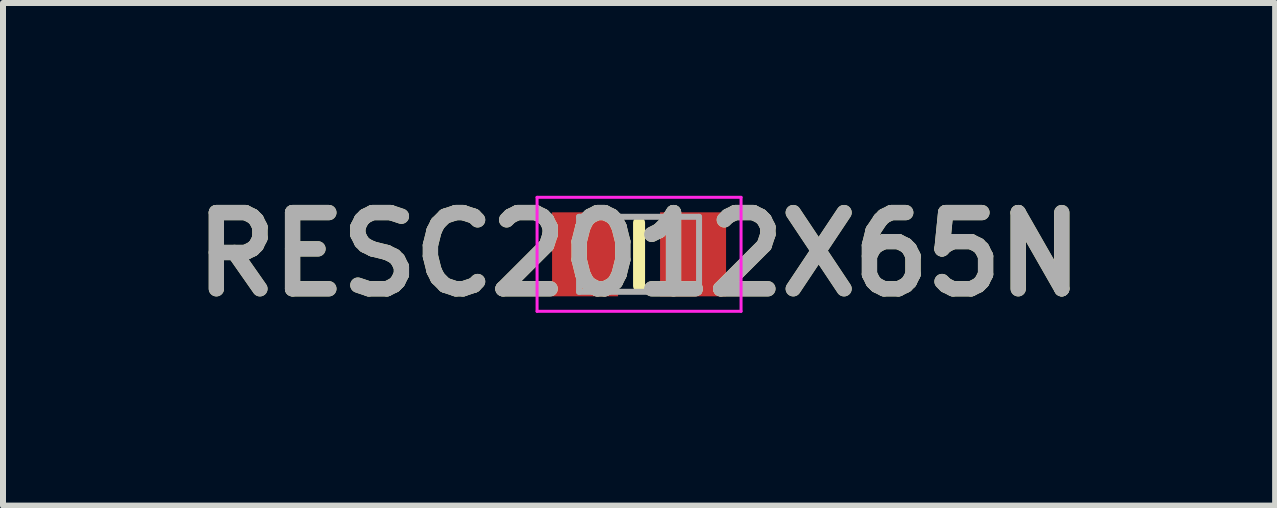
<source format=kicad_pcb>
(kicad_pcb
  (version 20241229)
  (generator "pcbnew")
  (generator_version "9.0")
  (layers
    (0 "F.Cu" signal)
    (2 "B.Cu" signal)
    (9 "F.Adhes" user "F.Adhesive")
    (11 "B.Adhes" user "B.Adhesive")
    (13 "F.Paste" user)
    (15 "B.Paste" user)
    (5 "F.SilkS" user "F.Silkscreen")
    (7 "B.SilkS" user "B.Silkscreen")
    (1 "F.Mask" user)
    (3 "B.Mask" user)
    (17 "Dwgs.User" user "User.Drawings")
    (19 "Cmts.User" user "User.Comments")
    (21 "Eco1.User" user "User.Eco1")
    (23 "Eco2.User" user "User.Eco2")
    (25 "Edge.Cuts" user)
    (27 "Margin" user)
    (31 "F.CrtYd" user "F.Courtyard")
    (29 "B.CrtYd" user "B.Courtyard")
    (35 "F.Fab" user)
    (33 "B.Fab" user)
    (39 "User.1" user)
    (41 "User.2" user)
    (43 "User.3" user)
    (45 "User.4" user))
  (footprint "RESC2012X65N"
    (layer "F.Cu")
    (at 7.602 1.189)
    (property "Reference" "RESC2012X65N" (at 0 0 0) (layer "F.SilkS") (effects (font (size 1.27 1.27) (thickness 0.254))))
    (attr smd)
    (fp_line (start 0 -0.525) (end 0 0.525) (stroke (width 0.2) (type solid)) (layer "F.SilkS"))
    (fp_line (start -1.7 -0.95) (end 1.7 -0.95) (stroke (width 0.05) (type solid)) (layer "F.CrtYd"))
    (fp_line (start -1.7 0.95) (end -1.7 -0.95) (stroke (width 0.05) (type solid)) (layer "F.CrtYd"))
    (fp_line (start 1.7 -0.95) (end 1.7 0.95) (stroke (width 0.05) (type solid)) (layer "F.CrtYd"))
    (fp_line (start 1.7 0.95) (end -1.7 0.95) (stroke (width 0.05) (type solid)) (layer "F.CrtYd"))
    (fp_line (start -1 -0.625) (end 1 -0.625) (stroke (width 0.1) (type solid)) (layer "F.Fab"))
    (fp_line (start -1 0.625) (end -1 -0.625) (stroke (width 0.1) (type solid)) (layer "F.Fab"))
    (fp_line (start 1 -0.625) (end 1 0.625) (stroke (width 0.1) (type solid)) (layer "F.Fab"))
    (fp_line (start 1 0.625) (end -1 0.625) (stroke (width 0.1) (type solid)) (layer "F.Fab"))
    (fp_text user "${REFERENCE}" (at 0 0 0) (layer "F.Fab") (effects (font (size 1.27 1.27) (thickness 0.254))))
    (pad "1" smd rect (at -0.9 0) (size 1.1 1.4) (layers "F.Cu" "F.Mask" "F.Paste"))
    (pad "2" smd rect (at 0.9 0) (size 1.1 1.4) (layers "F.Cu" "F.Mask" "F.Paste")))
  (gr_rect
    (start -3 -3)
    (end 18.204 5.377)
    (stroke (width 0.1) (type default))
    (fill no)
    (layer "Edge.Cuts")))
</source>
